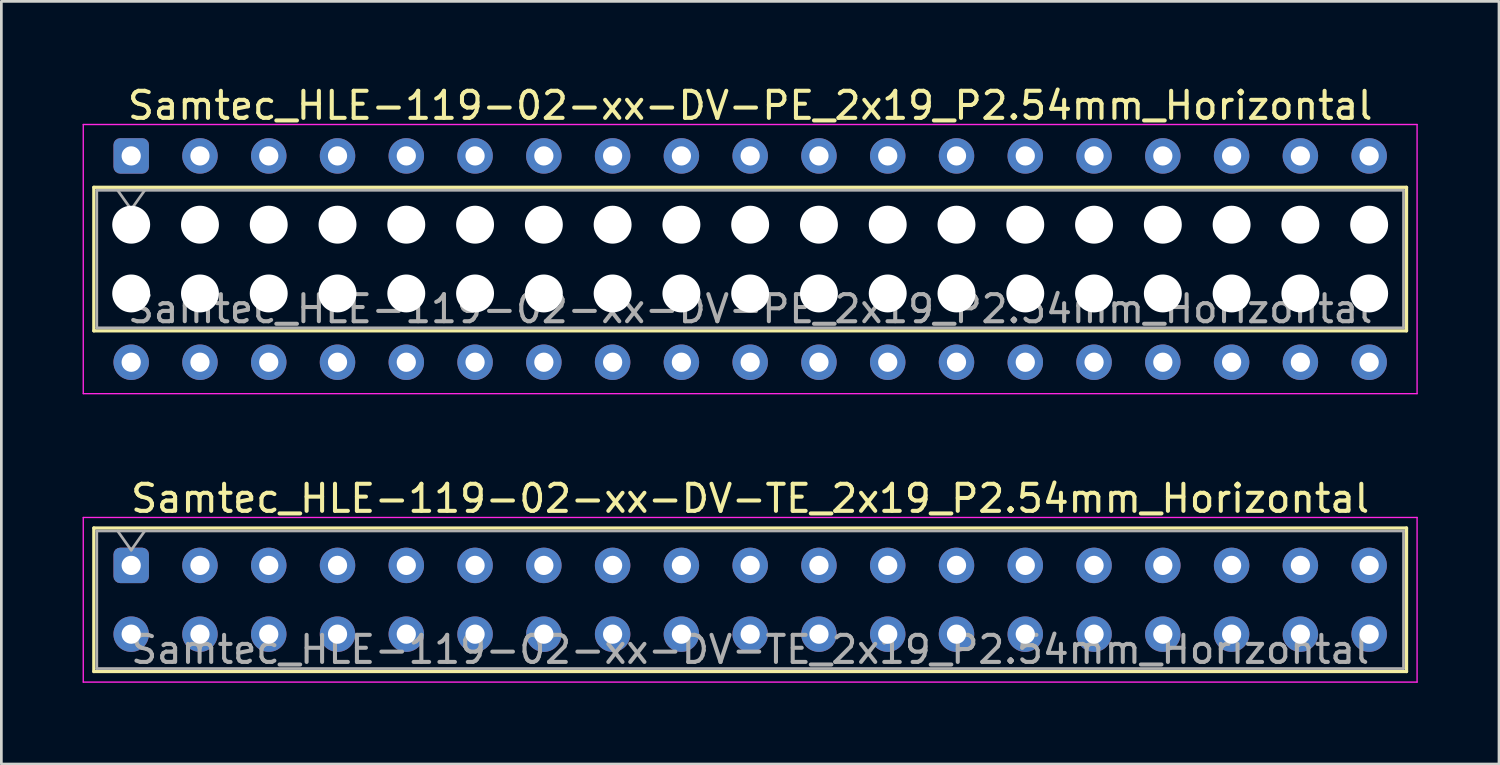
<source format=kicad_pcb>
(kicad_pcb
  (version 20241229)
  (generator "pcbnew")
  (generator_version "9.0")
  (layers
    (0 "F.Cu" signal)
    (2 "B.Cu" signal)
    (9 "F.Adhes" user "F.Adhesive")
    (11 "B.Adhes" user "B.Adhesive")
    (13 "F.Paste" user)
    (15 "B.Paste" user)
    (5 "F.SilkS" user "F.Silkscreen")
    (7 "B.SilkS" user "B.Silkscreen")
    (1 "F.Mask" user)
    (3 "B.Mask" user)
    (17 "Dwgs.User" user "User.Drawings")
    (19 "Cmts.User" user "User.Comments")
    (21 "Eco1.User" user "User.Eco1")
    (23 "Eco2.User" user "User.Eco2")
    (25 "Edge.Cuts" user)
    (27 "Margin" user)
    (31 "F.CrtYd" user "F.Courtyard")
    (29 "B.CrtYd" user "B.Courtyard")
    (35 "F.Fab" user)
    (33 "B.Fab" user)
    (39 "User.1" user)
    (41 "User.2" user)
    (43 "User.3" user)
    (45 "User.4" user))
  (footprint "Samtec_HLE-119-02-xx-DV-TE_2x19_P2.54mm_Horizontal"
    (layer "F.Cu")
    (at 1.795 17.831)
    (property "Reference" "Samtec_HLE-119-02-xx-DV-TE_2x19_P2.54mm_Horizontal" (at 22.86 -2.47 0) (layer "F.SilkS") (effects (font (size 1 1) (thickness 0.15))))
    (attr through_hole)
    (fp_line (start -1.38 -1.38) (end 47.1 -1.38) (stroke (width 0.12) (type solid)) (layer "F.SilkS"))
    (fp_line (start -1.38 3.92) (end -1.38 -1.38) (stroke (width 0.12) (type solid)) (layer "F.SilkS"))
    (fp_line (start 47.1 -1.38) (end 47.1 3.92) (stroke (width 0.12) (type solid)) (layer "F.SilkS"))
    (fp_line (start 47.1 3.92) (end -1.38 3.92) (stroke (width 0.12) (type solid)) (layer "F.SilkS"))
    (fp_line (start -1.77 -1.77) (end 47.49 -1.77) (stroke (width 0.05) (type solid)) (layer "F.CrtYd"))
    (fp_line (start -1.77 4.31) (end -1.77 -1.77) (stroke (width 0.05) (type solid)) (layer "F.CrtYd"))
    (fp_line (start 47.49 -1.77) (end 47.49 4.31) (stroke (width 0.05) (type solid)) (layer "F.CrtYd"))
    (fp_line (start 47.49 4.31) (end -1.77 4.31) (stroke (width 0.05) (type solid)) (layer "F.CrtYd"))
    (fp_line (start -1.27 -1.27) (end 46.99 -1.27) (stroke (width 0.1) (type solid)) (layer "F.Fab"))
    (fp_line (start -1.27 3.81) (end -1.27 -1.27) (stroke (width 0.1) (type solid)) (layer "F.Fab"))
    (fp_line (start -0.5 -1.27) (end 0 -0.563) (stroke (width 0.1) (type solid)) (layer "F.Fab"))
    (fp_line (start 0 -0.563) (end 0.5 -1.27) (stroke (width 0.1) (type solid)) (layer "F.Fab"))
    (fp_line (start 46.99 -1.27) (end 46.99 3.81) (stroke (width 0.1) (type solid)) (layer "F.Fab"))
    (fp_line (start 46.99 3.81) (end -1.27 3.81) (stroke (width 0.1) (type solid)) (layer "F.Fab"))
    (fp_text user "${REFERENCE}" (at 22.86 3.11 0) (layer "F.Fab") (effects (font (size 1 1) (thickness 0.15))))
    (pad "1" thru_hole roundrect (at 0 0) (size 1.31 1.31) (drill 0.71) (layers "*.Cu" "*.Mask") (roundrect_rratio 0.191))
    (pad "2" thru_hole circle (at 0 2.54) (size 1.31 1.31) (drill 0.71) (layers "*.Cu" "*.Mask"))
    (pad "3" thru_hole circle (at 2.54 0) (size 1.31 1.31) (drill 0.71) (layers "*.Cu" "*.Mask"))
    (pad "4" thru_hole circle (at 2.54 2.54) (size 1.31 1.31) (drill 0.71) (layers "*.Cu" "*.Mask"))
    (pad "5" thru_hole circle (at 5.08 0) (size 1.31 1.31) (drill 0.71) (layers "*.Cu" "*.Mask"))
    (pad "6" thru_hole circle (at 5.08 2.54) (size 1.31 1.31) (drill 0.71) (layers "*.Cu" "*.Mask"))
    (pad "7" thru_hole circle (at 7.62 0) (size 1.31 1.31) (drill 0.71) (layers "*.Cu" "*.Mask"))
    (pad "8" thru_hole circle (at 7.62 2.54) (size 1.31 1.31) (drill 0.71) (layers "*.Cu" "*.Mask"))
    (pad "9" thru_hole circle (at 10.16 0) (size 1.31 1.31) (drill 0.71) (layers "*.Cu" "*.Mask"))
    (pad "10" thru_hole circle (at 10.16 2.54) (size 1.31 1.31) (drill 0.71) (layers "*.Cu" "*.Mask"))
    (pad "11" thru_hole circle (at 12.7 0) (size 1.31 1.31) (drill 0.71) (layers "*.Cu" "*.Mask"))
    (pad "12" thru_hole circle (at 12.7 2.54) (size 1.31 1.31) (drill 0.71) (layers "*.Cu" "*.Mask"))
    (pad "13" thru_hole circle (at 15.24 0) (size 1.31 1.31) (drill 0.71) (layers "*.Cu" "*.Mask"))
    (pad "14" thru_hole circle (at 15.24 2.54) (size 1.31 1.31) (drill 0.71) (layers "*.Cu" "*.Mask"))
    (pad "15" thru_hole circle (at 17.78 0) (size 1.31 1.31) (drill 0.71) (layers "*.Cu" "*.Mask"))
    (pad "16" thru_hole circle (at 17.78 2.54) (size 1.31 1.31) (drill 0.71) (layers "*.Cu" "*.Mask"))
    (pad "17" thru_hole circle (at 20.32 0) (size 1.31 1.31) (drill 0.71) (layers "*.Cu" "*.Mask"))
    (pad "18" thru_hole circle (at 20.32 2.54) (size 1.31 1.31) (drill 0.71) (layers "*.Cu" "*.Mask"))
    (pad "19" thru_hole circle (at 22.86 0) (size 1.31 1.31) (drill 0.71) (layers "*.Cu" "*.Mask"))
    (pad "20" thru_hole circle (at 22.86 2.54) (size 1.31 1.31) (drill 0.71) (layers "*.Cu" "*.Mask"))
    (pad "21" thru_hole circle (at 25.4 0) (size 1.31 1.31) (drill 0.71) (layers "*.Cu" "*.Mask"))
    (pad "22" thru_hole circle (at 25.4 2.54) (size 1.31 1.31) (drill 0.71) (layers "*.Cu" "*.Mask"))
    (pad "23" thru_hole circle (at 27.94 0) (size 1.31 1.31) (drill 0.71) (layers "*.Cu" "*.Mask"))
    (pad "24" thru_hole circle (at 27.94 2.54) (size 1.31 1.31) (drill 0.71) (layers "*.Cu" "*.Mask"))
    (pad "25" thru_hole circle (at 30.48 0) (size 1.31 1.31) (drill 0.71) (layers "*.Cu" "*.Mask"))
    (pad "26" thru_hole circle (at 30.48 2.54) (size 1.31 1.31) (drill 0.71) (layers "*.Cu" "*.Mask"))
    (pad "27" thru_hole circle (at 33.02 0) (size 1.31 1.31) (drill 0.71) (layers "*.Cu" "*.Mask"))
    (pad "28" thru_hole circle (at 33.02 2.54) (size 1.31 1.31) (drill 0.71) (layers "*.Cu" "*.Mask"))
    (pad "29" thru_hole circle (at 35.56 0) (size 1.31 1.31) (drill 0.71) (layers "*.Cu" "*.Mask"))
    (pad "30" thru_hole circle (at 35.56 2.54) (size 1.31 1.31) (drill 0.71) (layers "*.Cu" "*.Mask"))
    (pad "31" thru_hole circle (at 38.1 0) (size 1.31 1.31) (drill 0.71) (layers "*.Cu" "*.Mask"))
    (pad "32" thru_hole circle (at 38.1 2.54) (size 1.31 1.31) (drill 0.71) (layers "*.Cu" "*.Mask"))
    (pad "33" thru_hole circle (at 40.64 0) (size 1.31 1.31) (drill 0.71) (layers "*.Cu" "*.Mask"))
    (pad "34" thru_hole circle (at 40.64 2.54) (size 1.31 1.31) (drill 0.71) (layers "*.Cu" "*.Mask"))
    (pad "35" thru_hole circle (at 43.18 0) (size 1.31 1.31) (drill 0.71) (layers "*.Cu" "*.Mask"))
    (pad "36" thru_hole circle (at 43.18 2.54) (size 1.31 1.31) (drill 0.71) (layers "*.Cu" "*.Mask"))
    (pad "37" thru_hole circle (at 45.72 0) (size 1.31 1.31) (drill 0.71) (layers "*.Cu" "*.Mask"))
    (pad "38" thru_hole circle (at 45.72 2.54) (size 1.31 1.31) (drill 0.71) (layers "*.Cu" "*.Mask")))
  (footprint "Samtec_HLE-119-02-xx-DV-PE_2x19_P2.54mm_Horizontal"
    (layer "F.Cu")
    (at 1.795 2.708)
    (property "Reference" "Samtec_HLE-119-02-xx-DV-PE_2x19_P2.54mm_Horizontal" (at 22.86 -1.86 0) (layer "F.SilkS") (effects (font (size 1 1) (thickness 0.15))))
    (attr through_hole)
    (fp_line (start -1.38 1.16) (end 47.1 1.16) (stroke (width 0.12) (type solid)) (layer "F.SilkS"))
    (fp_line (start -1.38 6.46) (end -1.38 1.16) (stroke (width 0.12) (type solid)) (layer "F.SilkS"))
    (fp_line (start 47.1 1.16) (end 47.1 6.46) (stroke (width 0.12) (type solid)) (layer "F.SilkS"))
    (fp_line (start 47.1 6.46) (end -1.38 6.46) (stroke (width 0.12) (type solid)) (layer "F.SilkS"))
    (fp_line (start -1.77 -1.16) (end 47.49 -1.16) (stroke (width 0.05) (type solid)) (layer "F.CrtYd"))
    (fp_line (start -1.77 8.78) (end -1.77 -1.16) (stroke (width 0.05) (type solid)) (layer "F.CrtYd"))
    (fp_line (start 47.49 -1.16) (end 47.49 8.78) (stroke (width 0.05) (type solid)) (layer "F.CrtYd"))
    (fp_line (start 47.49 8.78) (end -1.77 8.78) (stroke (width 0.05) (type solid)) (layer "F.CrtYd"))
    (fp_line (start -1.27 1.27) (end 46.99 1.27) (stroke (width 0.1) (type solid)) (layer "F.Fab"))
    (fp_line (start -1.27 6.35) (end -1.27 1.27) (stroke (width 0.1) (type solid)) (layer "F.Fab"))
    (fp_line (start -0.5 1.27) (end 0 1.977) (stroke (width 0.1) (type solid)) (layer "F.Fab"))
    (fp_line (start 0 1.977) (end 0.5 1.27) (stroke (width 0.1) (type solid)) (layer "F.Fab"))
    (fp_line (start 46.99 1.27) (end 46.99 6.35) (stroke (width 0.1) (type solid)) (layer "F.Fab"))
    (fp_line (start 46.99 6.35) (end -1.27 6.35) (stroke (width 0.1) (type solid)) (layer "F.Fab"))
    (fp_text user "${REFERENCE}" (at 22.86 5.65 0) (layer "F.Fab") (effects (font (size 1 1) (thickness 0.15))))
    (pad "" np_thru_hole circle (at 0 2.54) (size 1.4 1.4) (drill 1.4) (layers "*.Cu" "*.Mask"))
    (pad "" np_thru_hole circle (at 0 5.08) (size 1.4 1.4) (drill 1.4) (layers "*.Cu" "*.Mask"))
    (pad "" np_thru_hole circle (at 2.54 2.54) (size 1.4 1.4) (drill 1.4) (layers "*.Cu" "*.Mask"))
    (pad "" np_thru_hole circle (at 2.54 5.08) (size 1.4 1.4) (drill 1.4) (layers "*.Cu" "*.Mask"))
    (pad "" np_thru_hole circle (at 5.08 2.54) (size 1.4 1.4) (drill 1.4) (layers "*.Cu" "*.Mask"))
    (pad "" np_thru_hole circle (at 5.08 5.08) (size 1.4 1.4) (drill 1.4) (layers "*.Cu" "*.Mask"))
    (pad "" np_thru_hole circle (at 7.62 2.54) (size 1.4 1.4) (drill 1.4) (layers "*.Cu" "*.Mask"))
    (pad "" np_thru_hole circle (at 7.62 5.08) (size 1.4 1.4) (drill 1.4) (layers "*.Cu" "*.Mask"))
    (pad "" np_thru_hole circle (at 10.16 2.54) (size 1.4 1.4) (drill 1.4) (layers "*.Cu" "*.Mask"))
    (pad "" np_thru_hole circle (at 10.16 5.08) (size 1.4 1.4) (drill 1.4) (layers "*.Cu" "*.Mask"))
    (pad "" np_thru_hole circle (at 12.7 2.54) (size 1.4 1.4) (drill 1.4) (layers "*.Cu" "*.Mask"))
    (pad "" np_thru_hole circle (at 12.7 5.08) (size 1.4 1.4) (drill 1.4) (layers "*.Cu" "*.Mask"))
    (pad "" np_thru_hole circle (at 15.24 2.54) (size 1.4 1.4) (drill 1.4) (layers "*.Cu" "*.Mask"))
    (pad "" np_thru_hole circle (at 15.24 5.08) (size 1.4 1.4) (drill 1.4) (layers "*.Cu" "*.Mask"))
    (pad "" np_thru_hole circle (at 17.78 2.54) (size 1.4 1.4) (drill 1.4) (layers "*.Cu" "*.Mask"))
    (pad "" np_thru_hole circle (at 17.78 5.08) (size 1.4 1.4) (drill 1.4) (layers "*.Cu" "*.Mask"))
    (pad "" np_thru_hole circle (at 20.32 2.54) (size 1.4 1.4) (drill 1.4) (layers "*.Cu" "*.Mask"))
    (pad "" np_thru_hole circle (at 20.32 5.08) (size 1.4 1.4) (drill 1.4) (layers "*.Cu" "*.Mask"))
    (pad "" np_thru_hole circle (at 22.86 2.54) (size 1.4 1.4) (drill 1.4) (layers "*.Cu" "*.Mask"))
    (pad "" np_thru_hole circle (at 22.86 5.08) (size 1.4 1.4) (drill 1.4) (layers "*.Cu" "*.Mask"))
    (pad "" np_thru_hole circle (at 25.4 2.54) (size 1.4 1.4) (drill 1.4) (layers "*.Cu" "*.Mask"))
    (pad "" np_thru_hole circle (at 25.4 5.08) (size 1.4 1.4) (drill 1.4) (layers "*.Cu" "*.Mask"))
    (pad "" np_thru_hole circle (at 27.94 2.54) (size 1.4 1.4) (drill 1.4) (layers "*.Cu" "*.Mask"))
    (pad "" np_thru_hole circle (at 27.94 5.08) (size 1.4 1.4) (drill 1.4) (layers "*.Cu" "*.Mask"))
    (pad "" np_thru_hole circle (at 30.48 2.54) (size 1.4 1.4) (drill 1.4) (layers "*.Cu" "*.Mask"))
    (pad "" np_thru_hole circle (at 30.48 5.08) (size 1.4 1.4) (drill 1.4) (layers "*.Cu" "*.Mask"))
    (pad "" np_thru_hole circle (at 33.02 2.54) (size 1.4 1.4) (drill 1.4) (layers "*.Cu" "*.Mask"))
    (pad "" np_thru_hole circle (at 33.02 5.08) (size 1.4 1.4) (drill 1.4) (layers "*.Cu" "*.Mask"))
    (pad "" np_thru_hole circle (at 35.56 2.54) (size 1.4 1.4) (drill 1.4) (layers "*.Cu" "*.Mask"))
    (pad "" np_thru_hole circle (at 35.56 5.08) (size 1.4 1.4) (drill 1.4) (layers "*.Cu" "*.Mask"))
    (pad "" np_thru_hole circle (at 38.1 2.54) (size 1.4 1.4) (drill 1.4) (layers "*.Cu" "*.Mask"))
    (pad "" np_thru_hole circle (at 38.1 5.08) (size 1.4 1.4) (drill 1.4) (layers "*.Cu" "*.Mask"))
    (pad "" np_thru_hole circle (at 40.64 2.54) (size 1.4 1.4) (drill 1.4) (layers "*.Cu" "*.Mask"))
    (pad "" np_thru_hole circle (at 40.64 5.08) (size 1.4 1.4) (drill 1.4) (layers "*.Cu" "*.Mask"))
    (pad "" np_thru_hole circle (at 43.18 2.54) (size 1.4 1.4) (drill 1.4) (layers "*.Cu" "*.Mask"))
    (pad "" np_thru_hole circle (at 43.18 5.08) (size 1.4 1.4) (drill 1.4) (layers "*.Cu" "*.Mask"))
    (pad "" np_thru_hole circle (at 45.72 2.54) (size 1.4 1.4) (drill 1.4) (layers "*.Cu" "*.Mask"))
    (pad "" np_thru_hole circle (at 45.72 5.08) (size 1.4 1.4) (drill 1.4) (layers "*.Cu" "*.Mask"))
    (pad "1" thru_hole roundrect (at 0 0) (size 1.31 1.31) (drill 0.71) (layers "*.Cu" "*.Mask") (roundrect_rratio 0.191))
    (pad "2" thru_hole circle (at 0 7.62) (size 1.31 1.31) (drill 0.71) (layers "*.Cu" "*.Mask"))
    (pad "3" thru_hole circle (at 2.54 0) (size 1.31 1.31) (drill 0.71) (layers "*.Cu" "*.Mask"))
    (pad "4" thru_hole circle (at 2.54 7.62) (size 1.31 1.31) (drill 0.71) (layers "*.Cu" "*.Mask"))
    (pad "5" thru_hole circle (at 5.08 0) (size 1.31 1.31) (drill 0.71) (layers "*.Cu" "*.Mask"))
    (pad "6" thru_hole circle (at 5.08 7.62) (size 1.31 1.31) (drill 0.71) (layers "*.Cu" "*.Mask"))
    (pad "7" thru_hole circle (at 7.62 0) (size 1.31 1.31) (drill 0.71) (layers "*.Cu" "*.Mask"))
    (pad "8" thru_hole circle (at 7.62 7.62) (size 1.31 1.31) (drill 0.71) (layers "*.Cu" "*.Mask"))
    (pad "9" thru_hole circle (at 10.16 0) (size 1.31 1.31) (drill 0.71) (layers "*.Cu" "*.Mask"))
    (pad "10" thru_hole circle (at 10.16 7.62) (size 1.31 1.31) (drill 0.71) (layers "*.Cu" "*.Mask"))
    (pad "11" thru_hole circle (at 12.7 0) (size 1.31 1.31) (drill 0.71) (layers "*.Cu" "*.Mask"))
    (pad "12" thru_hole circle (at 12.7 7.62) (size 1.31 1.31) (drill 0.71) (layers "*.Cu" "*.Mask"))
    (pad "13" thru_hole circle (at 15.24 0) (size 1.31 1.31) (drill 0.71) (layers "*.Cu" "*.Mask"))
    (pad "14" thru_hole circle (at 15.24 7.62) (size 1.31 1.31) (drill 0.71) (layers "*.Cu" "*.Mask"))
    (pad "15" thru_hole circle (at 17.78 0) (size 1.31 1.31) (drill 0.71) (layers "*.Cu" "*.Mask"))
    (pad "16" thru_hole circle (at 17.78 7.62) (size 1.31 1.31) (drill 0.71) (layers "*.Cu" "*.Mask"))
    (pad "17" thru_hole circle (at 20.32 0) (size 1.31 1.31) (drill 0.71) (layers "*.Cu" "*.Mask"))
    (pad "18" thru_hole circle (at 20.32 7.62) (size 1.31 1.31) (drill 0.71) (layers "*.Cu" "*.Mask"))
    (pad "19" thru_hole circle (at 22.86 0) (size 1.31 1.31) (drill 0.71) (layers "*.Cu" "*.Mask"))
    (pad "20" thru_hole circle (at 22.86 7.62) (size 1.31 1.31) (drill 0.71) (layers "*.Cu" "*.Mask"))
    (pad "21" thru_hole circle (at 25.4 0) (size 1.31 1.31) (drill 0.71) (layers "*.Cu" "*.Mask"))
    (pad "22" thru_hole circle (at 25.4 7.62) (size 1.31 1.31) (drill 0.71) (layers "*.Cu" "*.Mask"))
    (pad "23" thru_hole circle (at 27.94 0) (size 1.31 1.31) (drill 0.71) (layers "*.Cu" "*.Mask"))
    (pad "24" thru_hole circle (at 27.94 7.62) (size 1.31 1.31) (drill 0.71) (layers "*.Cu" "*.Mask"))
    (pad "25" thru_hole circle (at 30.48 0) (size 1.31 1.31) (drill 0.71) (layers "*.Cu" "*.Mask"))
    (pad "26" thru_hole circle (at 30.48 7.62) (size 1.31 1.31) (drill 0.71) (layers "*.Cu" "*.Mask"))
    (pad "27" thru_hole circle (at 33.02 0) (size 1.31 1.31) (drill 0.71) (layers "*.Cu" "*.Mask"))
    (pad "28" thru_hole circle (at 33.02 7.62) (size 1.31 1.31) (drill 0.71) (layers "*.Cu" "*.Mask"))
    (pad "29" thru_hole circle (at 35.56 0) (size 1.31 1.31) (drill 0.71) (layers "*.Cu" "*.Mask"))
    (pad "30" thru_hole circle (at 35.56 7.62) (size 1.31 1.31) (drill 0.71) (layers "*.Cu" "*.Mask"))
    (pad "31" thru_hole circle (at 38.1 0) (size 1.31 1.31) (drill 0.71) (layers "*.Cu" "*.Mask"))
    (pad "32" thru_hole circle (at 38.1 7.62) (size 1.31 1.31) (drill 0.71) (layers "*.Cu" "*.Mask"))
    (pad "33" thru_hole circle (at 40.64 0) (size 1.31 1.31) (drill 0.71) (layers "*.Cu" "*.Mask"))
    (pad "34" thru_hole circle (at 40.64 7.62) (size 1.31 1.31) (drill 0.71) (layers "*.Cu" "*.Mask"))
    (pad "35" thru_hole circle (at 43.18 0) (size 1.31 1.31) (drill 0.71) (layers "*.Cu" "*.Mask"))
    (pad "36" thru_hole circle (at 43.18 7.62) (size 1.31 1.31) (drill 0.71) (layers "*.Cu" "*.Mask"))
    (pad "37" thru_hole circle (at 45.72 0) (size 1.31 1.31) (drill 0.71) (layers "*.Cu" "*.Mask"))
    (pad "38" thru_hole circle (at 45.72 7.62) (size 1.31 1.31) (drill 0.71) (layers "*.Cu" "*.Mask")))
  (gr_rect
    (start -3 -3)
    (end 52.31 25.166)
    (stroke (width 0.1) (type default))
    (fill no)
    (layer "Edge.Cuts")))
</source>
